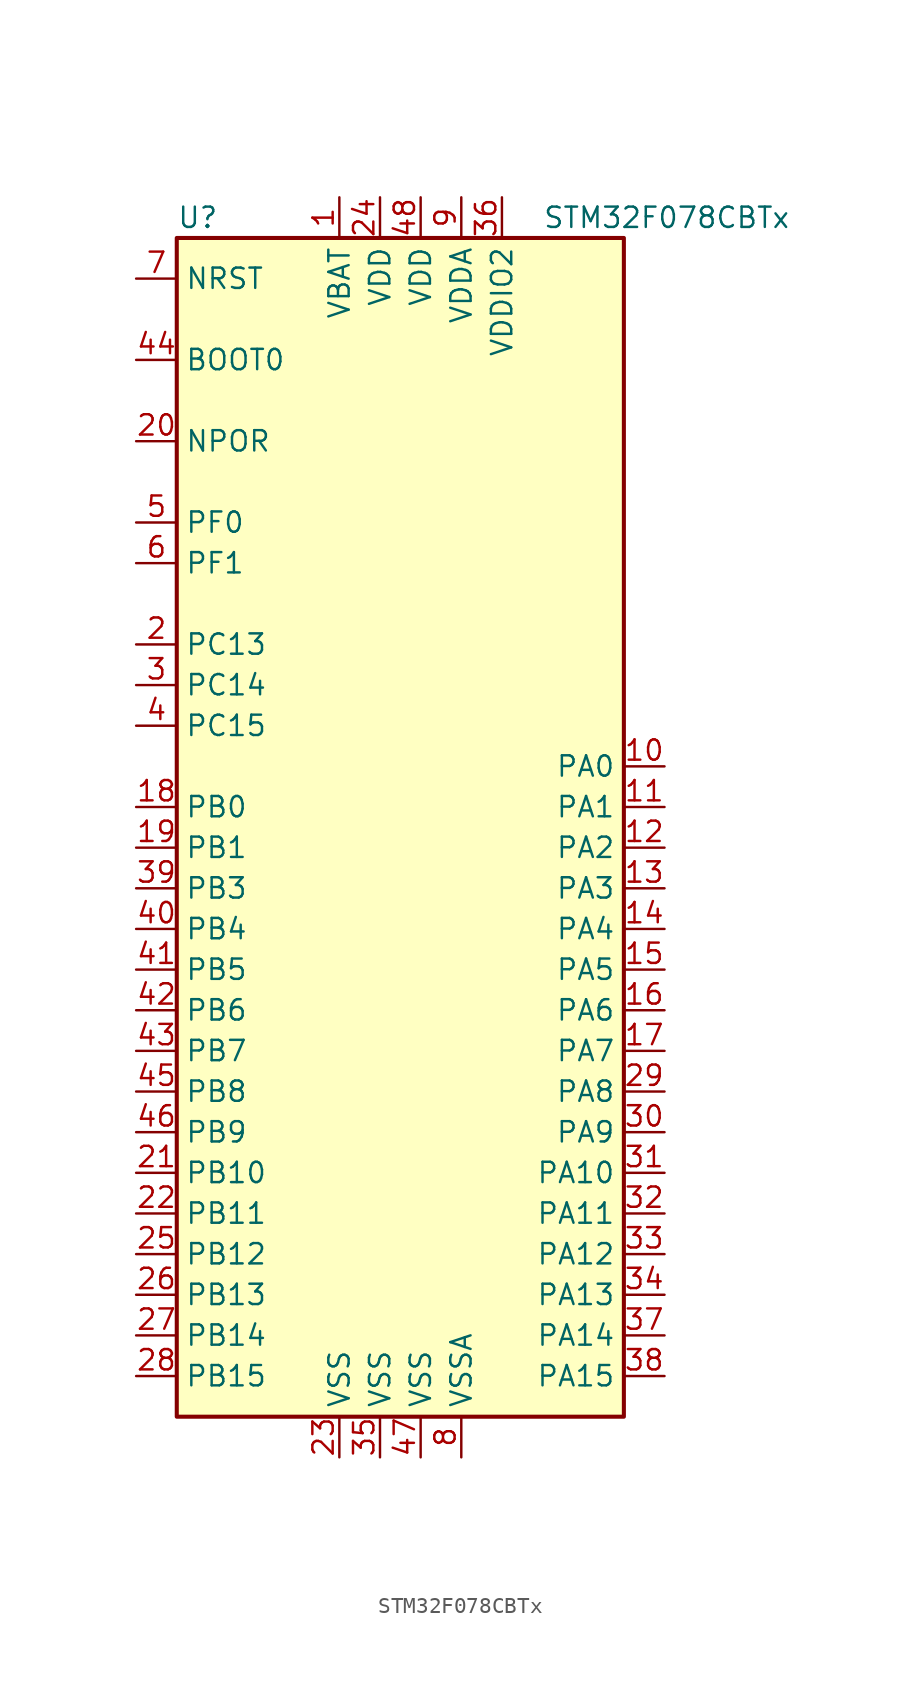
<source format=kicad_sym>
(kicad_symbol_lib
  (version 20201005)
  (generator kicad_symbol_editor)
  (symbol "STM32F078CBTx"
    (property "Reference" "U"
      (at -15.24 36.83 0)
      (effects (font (size 1.27 1.27)) (justify left)))
    (property "Value" "STM32F078CBTx"
      (at 7.62 36.83 0)
      (effects (font (size 1.27 1.27)) (justify left)))
    (symbol "STM32F078CBTx_0_1"
      (rectangle (start -15.24 -38.1) (end 12.7 35.56) (stroke (width 0.254)) (fill (type background))))
    (symbol "STM32F078CBTx_1_1"
      (pin power_in line (at -5.08 38.1 270) (length 2.54) (name "VBAT" (effects (font (size 1.27 1.27)))) (number "1" (effects (font (size 1.27 1.27)))))
      (pin bidirectional line (at 15.24 2.54 180) (length 2.54) (name "PA0" (effects (font (size 1.27 1.27)))) (number "10" (effects (font (size 1.27 1.27)))))
      (pin bidirectional line (at 15.24 0 180) (length 2.54) (name "PA1" (effects (font (size 1.27 1.27)))) (number "11" (effects (font (size 1.27 1.27)))))
      (pin bidirectional line (at 15.24 -2.54 180) (length 2.54) (name "PA2" (effects (font (size 1.27 1.27)))) (number "12" (effects (font (size 1.27 1.27)))))
      (pin bidirectional line (at 15.24 -5.08 180) (length 2.54) (name "PA3" (effects (font (size 1.27 1.27)))) (number "13" (effects (font (size 1.27 1.27)))))
      (pin bidirectional line (at 15.24 -7.62 180) (length 2.54) (name "PA4" (effects (font (size 1.27 1.27)))) (number "14" (effects (font (size 1.27 1.27)))))
      (pin bidirectional line (at 15.24 -10.16 180) (length 2.54) (name "PA5" (effects (font (size 1.27 1.27)))) (number "15" (effects (font (size 1.27 1.27)))))
      (pin bidirectional line (at 15.24 -12.7 180) (length 2.54) (name "PA6" (effects (font (size 1.27 1.27)))) (number "16" (effects (font (size 1.27 1.27)))))
      (pin bidirectional line (at 15.24 -15.24 180) (length 2.54) (name "PA7" (effects (font (size 1.27 1.27)))) (number "17" (effects (font (size 1.27 1.27)))))
      (pin bidirectional line (at -17.78 0 0) (length 2.54) (name "PB0" (effects (font (size 1.27 1.27)))) (number "18" (effects (font (size 1.27 1.27)))))
      (pin bidirectional line (at -17.78 -2.54 0) (length 2.54) (name "PB1" (effects (font (size 1.27 1.27)))) (number "19" (effects (font (size 1.27 1.27)))))
      (pin bidirectional line (at -17.78 10.16 0) (length 2.54) (name "PC13" (effects (font (size 1.27 1.27)))) (number "2" (effects (font (size 1.27 1.27)))))
      (pin power_in line (at -17.78 22.86 0) (length 2.54) (name "NPOR" (effects (font (size 1.27 1.27)))) (number "20" (effects (font (size 1.27 1.27)))))
      (pin bidirectional line (at -17.78 -22.86 0) (length 2.54) (name "PB10" (effects (font (size 1.27 1.27)))) (number "21" (effects (font (size 1.27 1.27)))))
      (pin bidirectional line (at -17.78 -25.4 0) (length 2.54) (name "PB11" (effects (font (size 1.27 1.27)))) (number "22" (effects (font (size 1.27 1.27)))))
      (pin power_in line (at -5.08 -40.64 90) (length 2.54) (name "VSS" (effects (font (size 1.27 1.27)))) (number "23" (effects (font (size 1.27 1.27)))))
      (pin power_in line (at -2.54 38.1 270) (length 2.54) (name "VDD" (effects (font (size 1.27 1.27)))) (number "24" (effects (font (size 1.27 1.27)))))
      (pin bidirectional line (at -17.78 -27.94 0) (length 2.54) (name "PB12" (effects (font (size 1.27 1.27)))) (number "25" (effects (font (size 1.27 1.27)))))
      (pin bidirectional line (at -17.78 -30.48 0) (length 2.54) (name "PB13" (effects (font (size 1.27 1.27)))) (number "26" (effects (font (size 1.27 1.27)))))
      (pin bidirectional line (at -17.78 -33.02 0) (length 2.54) (name "PB14" (effects (font (size 1.27 1.27)))) (number "27" (effects (font (size 1.27 1.27)))))
      (pin bidirectional line (at -17.78 -35.56 0) (length 2.54) (name "PB15" (effects (font (size 1.27 1.27)))) (number "28" (effects (font (size 1.27 1.27)))))
      (pin bidirectional line (at 15.24 -17.78 180) (length 2.54) (name "PA8" (effects (font (size 1.27 1.27)))) (number "29" (effects (font (size 1.27 1.27)))))
      (pin bidirectional line (at -17.78 7.62 0) (length 2.54) (name "PC14" (effects (font (size 1.27 1.27)))) (number "3" (effects (font (size 1.27 1.27)))))
      (pin bidirectional line (at 15.24 -20.32 180) (length 2.54) (name "PA9" (effects (font (size 1.27 1.27)))) (number "30" (effects (font (size 1.27 1.27)))))
      (pin bidirectional line (at 15.24 -22.86 180) (length 2.54) (name "PA10" (effects (font (size 1.27 1.27)))) (number "31" (effects (font (size 1.27 1.27)))))
      (pin bidirectional line (at 15.24 -25.4 180) (length 2.54) (name "PA11" (effects (font (size 1.27 1.27)))) (number "32" (effects (font (size 1.27 1.27)))))
      (pin bidirectional line (at 15.24 -27.94 180) (length 2.54) (name "PA12" (effects (font (size 1.27 1.27)))) (number "33" (effects (font (size 1.27 1.27)))))
      (pin bidirectional line (at 15.24 -30.48 180) (length 2.54) (name "PA13" (effects (font (size 1.27 1.27)))) (number "34" (effects (font (size 1.27 1.27)))))
      (pin power_in line (at -2.54 -40.64 90) (length 2.54) (name "VSS" (effects (font (size 1.27 1.27)))) (number "35" (effects (font (size 1.27 1.27)))))
      (pin power_in line (at 5.08 38.1 270) (length 2.54) (name "VDDIO2" (effects (font (size 1.27 1.27)))) (number "36" (effects (font (size 1.27 1.27)))))
      (pin bidirectional line (at 15.24 -33.02 180) (length 2.54) (name "PA14" (effects (font (size 1.27 1.27)))) (number "37" (effects (font (size 1.27 1.27)))))
      (pin bidirectional line (at 15.24 -35.56 180) (length 2.54) (name "PA15" (effects (font (size 1.27 1.27)))) (number "38" (effects (font (size 1.27 1.27)))))
      (pin bidirectional line (at -17.78 -5.08 0) (length 2.54) (name "PB3" (effects (font (size 1.27 1.27)))) (number "39" (effects (font (size 1.27 1.27)))))
      (pin bidirectional line (at -17.78 5.08 0) (length 2.54) (name "PC15" (effects (font (size 1.27 1.27)))) (number "4" (effects (font (size 1.27 1.27)))))
      (pin bidirectional line (at -17.78 -7.62 0) (length 2.54) (name "PB4" (effects (font (size 1.27 1.27)))) (number "40" (effects (font (size 1.27 1.27)))))
      (pin bidirectional line (at -17.78 -10.16 0) (length 2.54) (name "PB5" (effects (font (size 1.27 1.27)))) (number "41" (effects (font (size 1.27 1.27)))))
      (pin bidirectional line (at -17.78 -12.7 0) (length 2.54) (name "PB6" (effects (font (size 1.27 1.27)))) (number "42" (effects (font (size 1.27 1.27)))))
      (pin bidirectional line (at -17.78 -15.24 0) (length 2.54) (name "PB7" (effects (font (size 1.27 1.27)))) (number "43" (effects (font (size 1.27 1.27)))))
      (pin input line (at -17.78 27.94 0) (length 2.54) (name "BOOT0" (effects (font (size 1.27 1.27)))) (number "44" (effects (font (size 1.27 1.27)))))
      (pin bidirectional line (at -17.78 -17.78 0) (length 2.54) (name "PB8" (effects (font (size 1.27 1.27)))) (number "45" (effects (font (size 1.27 1.27)))))
      (pin bidirectional line (at -17.78 -20.32 0) (length 2.54) (name "PB9" (effects (font (size 1.27 1.27)))) (number "46" (effects (font (size 1.27 1.27)))))
      (pin power_in line (at 0 -40.64 90) (length 2.54) (name "VSS" (effects (font (size 1.27 1.27)))) (number "47" (effects (font (size 1.27 1.27)))))
      (pin power_in line (at 0 38.1 270) (length 2.54) (name "VDD" (effects (font (size 1.27 1.27)))) (number "48" (effects (font (size 1.27 1.27)))))
      (pin input line (at -17.78 17.78 0) (length 2.54) (name "PF0" (effects (font (size 1.27 1.27)))) (number "5" (effects (font (size 1.27 1.27)))))
      (pin input line (at -17.78 15.24 0) (length 2.54) (name "PF1" (effects (font (size 1.27 1.27)))) (number "6" (effects (font (size 1.27 1.27)))))
      (pin input line (at -17.78 33.02 0) (length 2.54) (name "NRST" (effects (font (size 1.27 1.27)))) (number "7" (effects (font (size 1.27 1.27)))))
      (pin power_in line (at 2.54 -40.64 90) (length 2.54) (name "VSSA" (effects (font (size 1.27 1.27)))) (number "8" (effects (font (size 1.27 1.27)))))
      (pin power_in line (at 2.54 38.1 270) (length 2.54) (name "VDDA" (effects (font (size 1.27 1.27)))) (number "9" (effects (font (size 1.27 1.27))))))))
</source>
